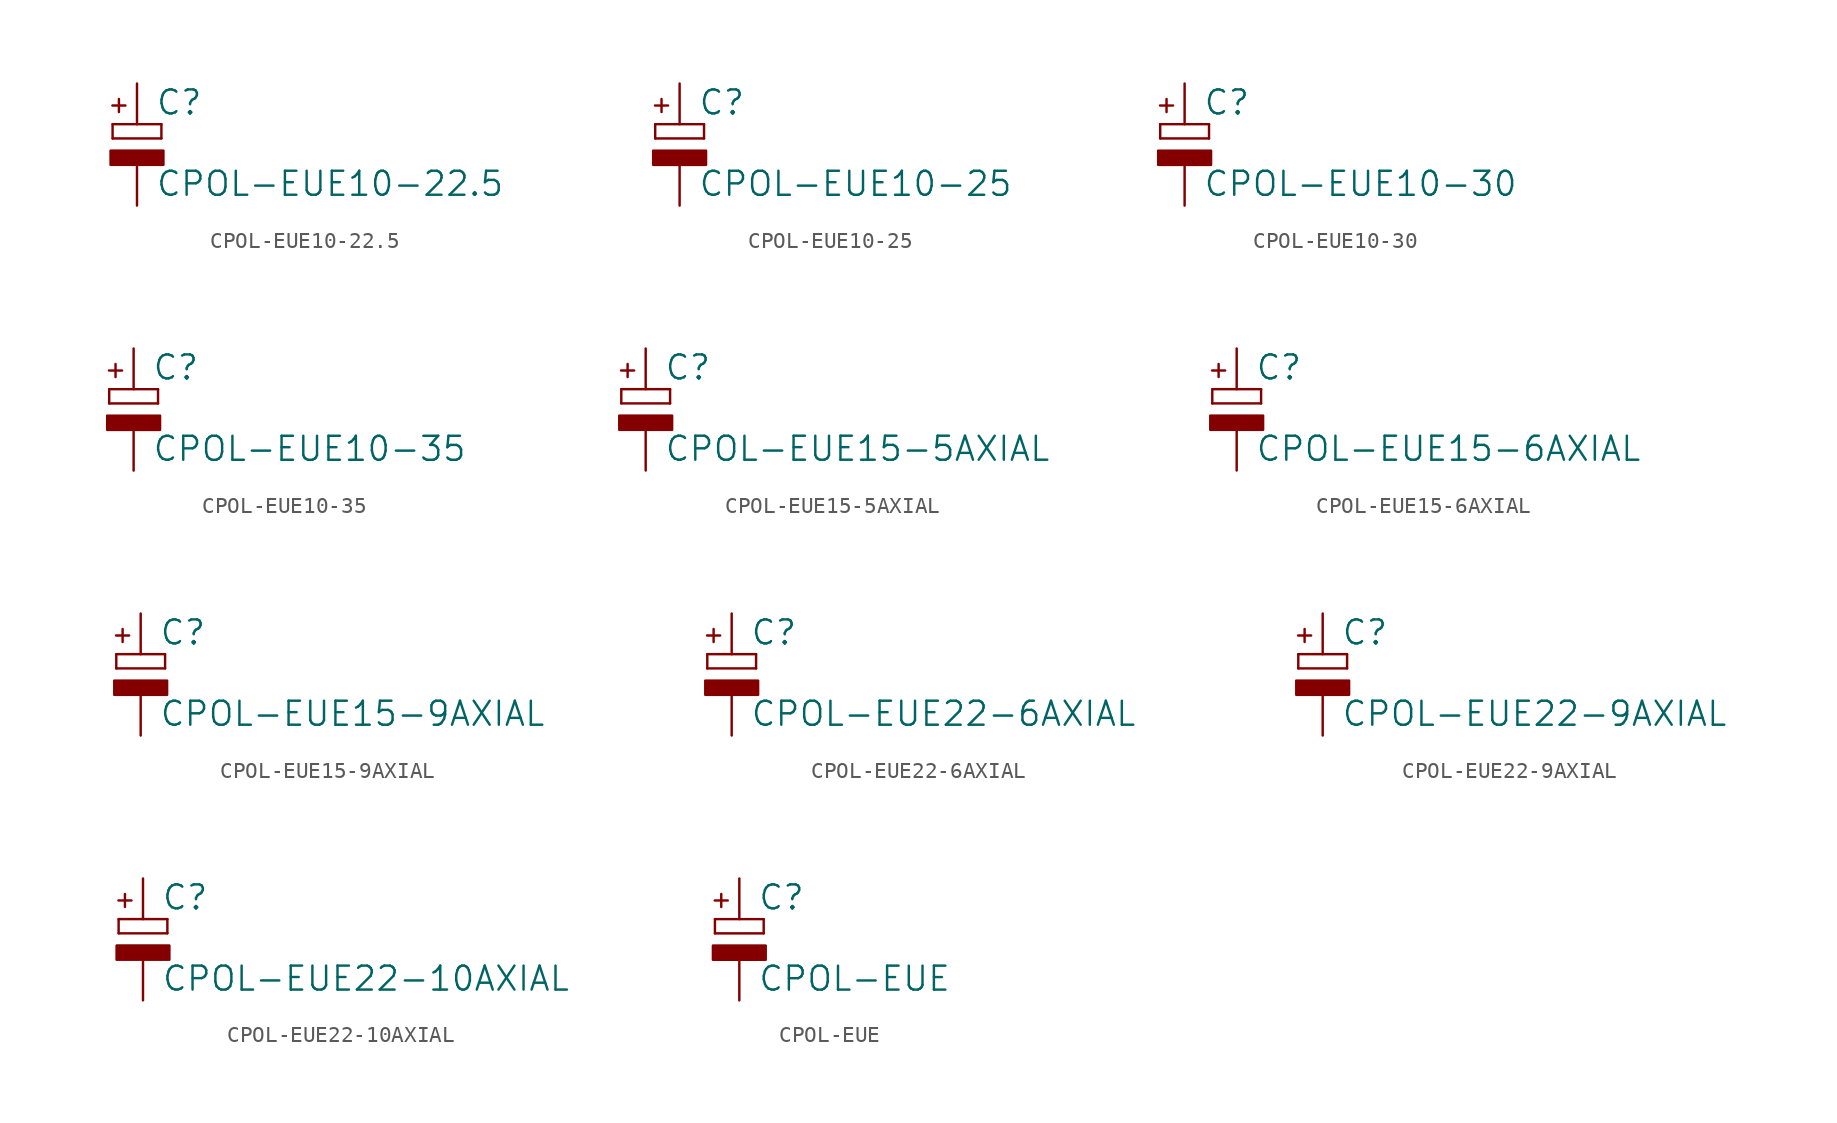
<source format=kicad_sym>
(kicad_symbol_lib
  (version 20211014)
  (generator kicad_symbol_editor)
  (symbol "CPOL-EUE10-22.5"
    (pin_names
      (offset 1.016))
    (property "Reference" "C"
      (at 1.143 0.483 0)
      (effects (font (size 1.499 1.499)) (justify left bottom)))
    (property "Value" "CPOL-EUE10-22.5"
      (at 1.143 -4.597 0)
      (effects (font (size 1.499 1.499)) (justify left bottom)))
    (property "ki_locked" ""
      (at 0 0 0)
      (effects (font (size 1.27 1.27))))
    (symbol "CPOL-EUE10-22.5_1_0"
      (rectangle (start -1.651 -2.54) (end 1.651 -1.651) (stroke (width 0) (type default) (color 0 0 0 0)) (fill (type outline)))
      (polyline (pts (xy -1.524 -0.889) (xy 1.524 -0.889)) (stroke (width 0) (type default) (color 0 0 0 0)) (fill (type none)))
      (polyline (pts (xy -1.524 0) (xy -1.524 -0.889)) (stroke (width 0) (type default) (color 0 0 0 0)) (fill (type none)))
      (polyline (pts (xy -1.524 0) (xy 1.524 0)) (stroke (width 0) (type default) (color 0 0 0 0)) (fill (type none)))
      (polyline (pts (xy 1.524 -0.889) (xy 1.524 0)) (stroke (width 0) (type default) (color 0 0 0 0)) (fill (type none)))
      (text "+" (at -0.584 0.406 900) (effects (font (size 1.067 1.067)) (justify left bottom)))
      (pin passive line (at 0 2.54 270) (length 2.54) (name "+" (effects (font (size 0 0)))) (number "+" (effects (font (size 0 0)))))
      (pin passive line (at 0 -5.08 90) (length 2.54) (name "-" (effects (font (size 0 0)))) (number "-" (effects (font (size 0 0)))))))
  (symbol "CPOL-EUE10-25"
    (pin_names
      (offset 1.016))
    (property "Reference" "C"
      (at 1.143 0.483 0)
      (effects (font (size 1.499 1.499)) (justify left bottom)))
    (property "Value" "CPOL-EUE10-25"
      (at 1.143 -4.597 0)
      (effects (font (size 1.499 1.499)) (justify left bottom)))
    (property "ki_locked" ""
      (at 0 0 0)
      (effects (font (size 1.27 1.27))))
    (symbol "CPOL-EUE10-25_1_0"
      (rectangle (start -1.651 -2.54) (end 1.651 -1.651) (stroke (width 0) (type default) (color 0 0 0 0)) (fill (type outline)))
      (polyline (pts (xy -1.524 -0.889) (xy 1.524 -0.889)) (stroke (width 0) (type default) (color 0 0 0 0)) (fill (type none)))
      (polyline (pts (xy -1.524 0) (xy -1.524 -0.889)) (stroke (width 0) (type default) (color 0 0 0 0)) (fill (type none)))
      (polyline (pts (xy -1.524 0) (xy 1.524 0)) (stroke (width 0) (type default) (color 0 0 0 0)) (fill (type none)))
      (polyline (pts (xy 1.524 -0.889) (xy 1.524 0)) (stroke (width 0) (type default) (color 0 0 0 0)) (fill (type none)))
      (text "+" (at -0.584 0.406 900) (effects (font (size 1.067 1.067)) (justify left bottom)))
      (pin passive line (at 0 2.54 270) (length 2.54) (name "+" (effects (font (size 0 0)))) (number "+" (effects (font (size 0 0)))))
      (pin passive line (at 0 -5.08 90) (length 2.54) (name "-" (effects (font (size 0 0)))) (number "-" (effects (font (size 0 0)))))))
  (symbol "CPOL-EUE10-30"
    (pin_names
      (offset 1.016))
    (property "Reference" "C"
      (at 1.143 0.483 0)
      (effects (font (size 1.499 1.499)) (justify left bottom)))
    (property "Value" "CPOL-EUE10-30"
      (at 1.143 -4.597 0)
      (effects (font (size 1.499 1.499)) (justify left bottom)))
    (property "ki_locked" ""
      (at 0 0 0)
      (effects (font (size 1.27 1.27))))
    (symbol "CPOL-EUE10-30_1_0"
      (rectangle (start -1.651 -2.54) (end 1.651 -1.651) (stroke (width 0) (type default) (color 0 0 0 0)) (fill (type outline)))
      (polyline (pts (xy -1.524 -0.889) (xy 1.524 -0.889)) (stroke (width 0) (type default) (color 0 0 0 0)) (fill (type none)))
      (polyline (pts (xy -1.524 0) (xy -1.524 -0.889)) (stroke (width 0) (type default) (color 0 0 0 0)) (fill (type none)))
      (polyline (pts (xy -1.524 0) (xy 1.524 0)) (stroke (width 0) (type default) (color 0 0 0 0)) (fill (type none)))
      (polyline (pts (xy 1.524 -0.889) (xy 1.524 0)) (stroke (width 0) (type default) (color 0 0 0 0)) (fill (type none)))
      (text "+" (at -0.584 0.406 900) (effects (font (size 1.067 1.067)) (justify left bottom)))
      (pin passive line (at 0 2.54 270) (length 2.54) (name "+" (effects (font (size 0 0)))) (number "+" (effects (font (size 0 0)))))
      (pin passive line (at 0 -5.08 90) (length 2.54) (name "-" (effects (font (size 0 0)))) (number "-" (effects (font (size 0 0)))))))
  (symbol "CPOL-EUE10-35"
    (pin_names
      (offset 1.016))
    (property "Reference" "C"
      (at 1.143 0.483 0)
      (effects (font (size 1.499 1.499)) (justify left bottom)))
    (property "Value" "CPOL-EUE10-35"
      (at 1.143 -4.597 0)
      (effects (font (size 1.499 1.499)) (justify left bottom)))
    (property "ki_locked" ""
      (at 0 0 0)
      (effects (font (size 1.27 1.27))))
    (symbol "CPOL-EUE10-35_1_0"
      (rectangle (start -1.651 -2.54) (end 1.651 -1.651) (stroke (width 0) (type default) (color 0 0 0 0)) (fill (type outline)))
      (polyline (pts (xy -1.524 -0.889) (xy 1.524 -0.889)) (stroke (width 0) (type default) (color 0 0 0 0)) (fill (type none)))
      (polyline (pts (xy -1.524 0) (xy -1.524 -0.889)) (stroke (width 0) (type default) (color 0 0 0 0)) (fill (type none)))
      (polyline (pts (xy -1.524 0) (xy 1.524 0)) (stroke (width 0) (type default) (color 0 0 0 0)) (fill (type none)))
      (polyline (pts (xy 1.524 -0.889) (xy 1.524 0)) (stroke (width 0) (type default) (color 0 0 0 0)) (fill (type none)))
      (text "+" (at -0.584 0.406 900) (effects (font (size 1.067 1.067)) (justify left bottom)))
      (pin passive line (at 0 2.54 270) (length 2.54) (name "+" (effects (font (size 0 0)))) (number "+" (effects (font (size 0 0)))))
      (pin passive line (at 0 -5.08 90) (length 2.54) (name "-" (effects (font (size 0 0)))) (number "-" (effects (font (size 0 0)))))))
  (symbol "CPOL-EUE15-5AXIAL"
    (pin_names
      (offset 1.016))
    (property "Reference" "C"
      (at 1.143 0.483 0)
      (effects (font (size 1.499 1.499)) (justify left bottom)))
    (property "Value" "CPOL-EUE15-5AXIAL"
      (at 1.143 -4.597 0)
      (effects (font (size 1.499 1.499)) (justify left bottom)))
    (property "ki_locked" ""
      (at 0 0 0)
      (effects (font (size 1.27 1.27))))
    (symbol "CPOL-EUE15-5AXIAL_1_0"
      (rectangle (start -1.651 -2.54) (end 1.651 -1.651) (stroke (width 0) (type default) (color 0 0 0 0)) (fill (type outline)))
      (polyline (pts (xy -1.524 -0.889) (xy 1.524 -0.889)) (stroke (width 0) (type default) (color 0 0 0 0)) (fill (type none)))
      (polyline (pts (xy -1.524 0) (xy -1.524 -0.889)) (stroke (width 0) (type default) (color 0 0 0 0)) (fill (type none)))
      (polyline (pts (xy -1.524 0) (xy 1.524 0)) (stroke (width 0) (type default) (color 0 0 0 0)) (fill (type none)))
      (polyline (pts (xy 1.524 -0.889) (xy 1.524 0)) (stroke (width 0) (type default) (color 0 0 0 0)) (fill (type none)))
      (text "+" (at -0.584 0.406 900) (effects (font (size 1.067 1.067)) (justify left bottom)))
      (pin passive line (at 0 2.54 270) (length 2.54) (name "+" (effects (font (size 0 0)))) (number "+" (effects (font (size 0 0)))))
      (pin passive line (at 0 -5.08 90) (length 2.54) (name "-" (effects (font (size 0 0)))) (number "-" (effects (font (size 0 0)))))))
  (symbol "CPOL-EUE15-6AXIAL"
    (pin_names
      (offset 1.016))
    (property "Reference" "C"
      (at 1.143 0.483 0)
      (effects (font (size 1.499 1.499)) (justify left bottom)))
    (property "Value" "CPOL-EUE15-6AXIAL"
      (at 1.143 -4.597 0)
      (effects (font (size 1.499 1.499)) (justify left bottom)))
    (property "ki_locked" ""
      (at 0 0 0)
      (effects (font (size 1.27 1.27))))
    (symbol "CPOL-EUE15-6AXIAL_1_0"
      (rectangle (start -1.651 -2.54) (end 1.651 -1.651) (stroke (width 0) (type default) (color 0 0 0 0)) (fill (type outline)))
      (polyline (pts (xy -1.524 -0.889) (xy 1.524 -0.889)) (stroke (width 0) (type default) (color 0 0 0 0)) (fill (type none)))
      (polyline (pts (xy -1.524 0) (xy -1.524 -0.889)) (stroke (width 0) (type default) (color 0 0 0 0)) (fill (type none)))
      (polyline (pts (xy -1.524 0) (xy 1.524 0)) (stroke (width 0) (type default) (color 0 0 0 0)) (fill (type none)))
      (polyline (pts (xy 1.524 -0.889) (xy 1.524 0)) (stroke (width 0) (type default) (color 0 0 0 0)) (fill (type none)))
      (text "+" (at -0.584 0.406 900) (effects (font (size 1.067 1.067)) (justify left bottom)))
      (pin passive line (at 0 2.54 270) (length 2.54) (name "+" (effects (font (size 0 0)))) (number "+" (effects (font (size 0 0)))))
      (pin passive line (at 0 -5.08 90) (length 2.54) (name "-" (effects (font (size 0 0)))) (number "-" (effects (font (size 0 0)))))))
  (symbol "CPOL-EUE15-9AXIAL"
    (pin_names
      (offset 1.016))
    (property "Reference" "C"
      (at 1.143 0.483 0)
      (effects (font (size 1.499 1.499)) (justify left bottom)))
    (property "Value" "CPOL-EUE15-9AXIAL"
      (at 1.143 -4.597 0)
      (effects (font (size 1.499 1.499)) (justify left bottom)))
    (property "ki_locked" ""
      (at 0 0 0)
      (effects (font (size 1.27 1.27))))
    (symbol "CPOL-EUE15-9AXIAL_1_0"
      (rectangle (start -1.651 -2.54) (end 1.651 -1.651) (stroke (width 0) (type default) (color 0 0 0 0)) (fill (type outline)))
      (polyline (pts (xy -1.524 -0.889) (xy 1.524 -0.889)) (stroke (width 0) (type default) (color 0 0 0 0)) (fill (type none)))
      (polyline (pts (xy -1.524 0) (xy -1.524 -0.889)) (stroke (width 0) (type default) (color 0 0 0 0)) (fill (type none)))
      (polyline (pts (xy -1.524 0) (xy 1.524 0)) (stroke (width 0) (type default) (color 0 0 0 0)) (fill (type none)))
      (polyline (pts (xy 1.524 -0.889) (xy 1.524 0)) (stroke (width 0) (type default) (color 0 0 0 0)) (fill (type none)))
      (text "+" (at -0.584 0.406 900) (effects (font (size 1.067 1.067)) (justify left bottom)))
      (pin passive line (at 0 2.54 270) (length 2.54) (name "+" (effects (font (size 0 0)))) (number "+" (effects (font (size 0 0)))))
      (pin passive line (at 0 -5.08 90) (length 2.54) (name "-" (effects (font (size 0 0)))) (number "-" (effects (font (size 0 0)))))))
  (symbol "CPOL-EUE22-6AXIAL"
    (pin_names
      (offset 1.016))
    (property "Reference" "C"
      (at 1.143 0.483 0)
      (effects (font (size 1.499 1.499)) (justify left bottom)))
    (property "Value" "CPOL-EUE22-6AXIAL"
      (at 1.143 -4.597 0)
      (effects (font (size 1.499 1.499)) (justify left bottom)))
    (property "ki_locked" ""
      (at 0 0 0)
      (effects (font (size 1.27 1.27))))
    (symbol "CPOL-EUE22-6AXIAL_1_0"
      (rectangle (start -1.651 -2.54) (end 1.651 -1.651) (stroke (width 0) (type default) (color 0 0 0 0)) (fill (type outline)))
      (polyline (pts (xy -1.524 -0.889) (xy 1.524 -0.889)) (stroke (width 0) (type default) (color 0 0 0 0)) (fill (type none)))
      (polyline (pts (xy -1.524 0) (xy -1.524 -0.889)) (stroke (width 0) (type default) (color 0 0 0 0)) (fill (type none)))
      (polyline (pts (xy -1.524 0) (xy 1.524 0)) (stroke (width 0) (type default) (color 0 0 0 0)) (fill (type none)))
      (polyline (pts (xy 1.524 -0.889) (xy 1.524 0)) (stroke (width 0) (type default) (color 0 0 0 0)) (fill (type none)))
      (text "+" (at -0.584 0.406 900) (effects (font (size 1.067 1.067)) (justify left bottom)))
      (pin passive line (at 0 2.54 270) (length 2.54) (name "+" (effects (font (size 0 0)))) (number "+" (effects (font (size 0 0)))))
      (pin passive line (at 0 -5.08 90) (length 2.54) (name "-" (effects (font (size 0 0)))) (number "-" (effects (font (size 0 0)))))))
  (symbol "CPOL-EUE22-9AXIAL"
    (pin_names
      (offset 1.016))
    (property "Reference" "C"
      (at 1.143 0.483 0)
      (effects (font (size 1.499 1.499)) (justify left bottom)))
    (property "Value" "CPOL-EUE22-9AXIAL"
      (at 1.143 -4.597 0)
      (effects (font (size 1.499 1.499)) (justify left bottom)))
    (property "ki_locked" ""
      (at 0 0 0)
      (effects (font (size 1.27 1.27))))
    (symbol "CPOL-EUE22-9AXIAL_1_0"
      (rectangle (start -1.651 -2.54) (end 1.651 -1.651) (stroke (width 0) (type default) (color 0 0 0 0)) (fill (type outline)))
      (polyline (pts (xy -1.524 -0.889) (xy 1.524 -0.889)) (stroke (width 0) (type default) (color 0 0 0 0)) (fill (type none)))
      (polyline (pts (xy -1.524 0) (xy -1.524 -0.889)) (stroke (width 0) (type default) (color 0 0 0 0)) (fill (type none)))
      (polyline (pts (xy -1.524 0) (xy 1.524 0)) (stroke (width 0) (type default) (color 0 0 0 0)) (fill (type none)))
      (polyline (pts (xy 1.524 -0.889) (xy 1.524 0)) (stroke (width 0) (type default) (color 0 0 0 0)) (fill (type none)))
      (text "+" (at -0.584 0.406 900) (effects (font (size 1.067 1.067)) (justify left bottom)))
      (pin passive line (at 0 2.54 270) (length 2.54) (name "+" (effects (font (size 0 0)))) (number "+" (effects (font (size 0 0)))))
      (pin passive line (at 0 -5.08 90) (length 2.54) (name "-" (effects (font (size 0 0)))) (number "-" (effects (font (size 0 0)))))))
  (symbol "CPOL-EUE22-10AXIAL"
    (pin_names
      (offset 1.016))
    (property "Reference" "C"
      (at 1.143 0.483 0)
      (effects (font (size 1.499 1.499)) (justify left bottom)))
    (property "Value" "CPOL-EUE22-10AXIAL"
      (at 1.143 -4.597 0)
      (effects (font (size 1.499 1.499)) (justify left bottom)))
    (property "ki_locked" ""
      (at 0 0 0)
      (effects (font (size 1.27 1.27))))
    (symbol "CPOL-EUE22-10AXIAL_1_0"
      (rectangle (start -1.651 -2.54) (end 1.651 -1.651) (stroke (width 0) (type default) (color 0 0 0 0)) (fill (type outline)))
      (polyline (pts (xy -1.524 -0.889) (xy 1.524 -0.889)) (stroke (width 0) (type default) (color 0 0 0 0)) (fill (type none)))
      (polyline (pts (xy -1.524 0) (xy -1.524 -0.889)) (stroke (width 0) (type default) (color 0 0 0 0)) (fill (type none)))
      (polyline (pts (xy -1.524 0) (xy 1.524 0)) (stroke (width 0) (type default) (color 0 0 0 0)) (fill (type none)))
      (polyline (pts (xy 1.524 -0.889) (xy 1.524 0)) (stroke (width 0) (type default) (color 0 0 0 0)) (fill (type none)))
      (text "+" (at -0.584 0.406 900) (effects (font (size 1.067 1.067)) (justify left bottom)))
      (pin passive line (at 0 2.54 270) (length 2.54) (name "+" (effects (font (size 0 0)))) (number "+" (effects (font (size 0 0)))))
      (pin passive line (at 0 -5.08 90) (length 2.54) (name "-" (effects (font (size 0 0)))) (number "-" (effects (font (size 0 0)))))))
  (symbol "CPOL-EUE"
    (pin_names
      (offset 1.016))
    (property "Reference" "C"
      (at 1.143 0.483 0)
      (effects (font (size 1.499 1.499)) (justify left bottom)))
    (property "Value" "CPOL-EUE"
      (at 1.143 -4.597 0)
      (effects (font (size 1.499 1.499)) (justify left bottom)))
    (property "ki_locked" ""
      (at 0 0 0)
      (effects (font (size 1.27 1.27))))
    (symbol "CPOL-EUE_1_0"
      (rectangle (start -1.651 -2.54) (end 1.651 -1.651) (stroke (width 0) (type default) (color 0 0 0 0)) (fill (type outline)))
      (polyline (pts (xy -1.524 -0.889) (xy 1.524 -0.889)) (stroke (width 0) (type default) (color 0 0 0 0)) (fill (type none)))
      (polyline (pts (xy -1.524 0) (xy -1.524 -0.889)) (stroke (width 0) (type default) (color 0 0 0 0)) (fill (type none)))
      (polyline (pts (xy -1.524 0) (xy 1.524 0)) (stroke (width 0) (type default) (color 0 0 0 0)) (fill (type none)))
      (polyline (pts (xy 1.524 -0.889) (xy 1.524 0)) (stroke (width 0) (type default) (color 0 0 0 0)) (fill (type none)))
      (text "+" (at -0.584 0.406 900) (effects (font (size 1.067 1.067)) (justify left bottom)))
      (pin passive line (at 0 2.54 270) (length 2.54) (name "+" (effects (font (size 0 0)))) (number "+" (effects (font (size 0 0)))))
      (pin passive line (at 0 -5.08 90) (length 2.54) (name "-" (effects (font (size 0 0)))) (number "-" (effects (font (size 0 0))))))))
</source>
